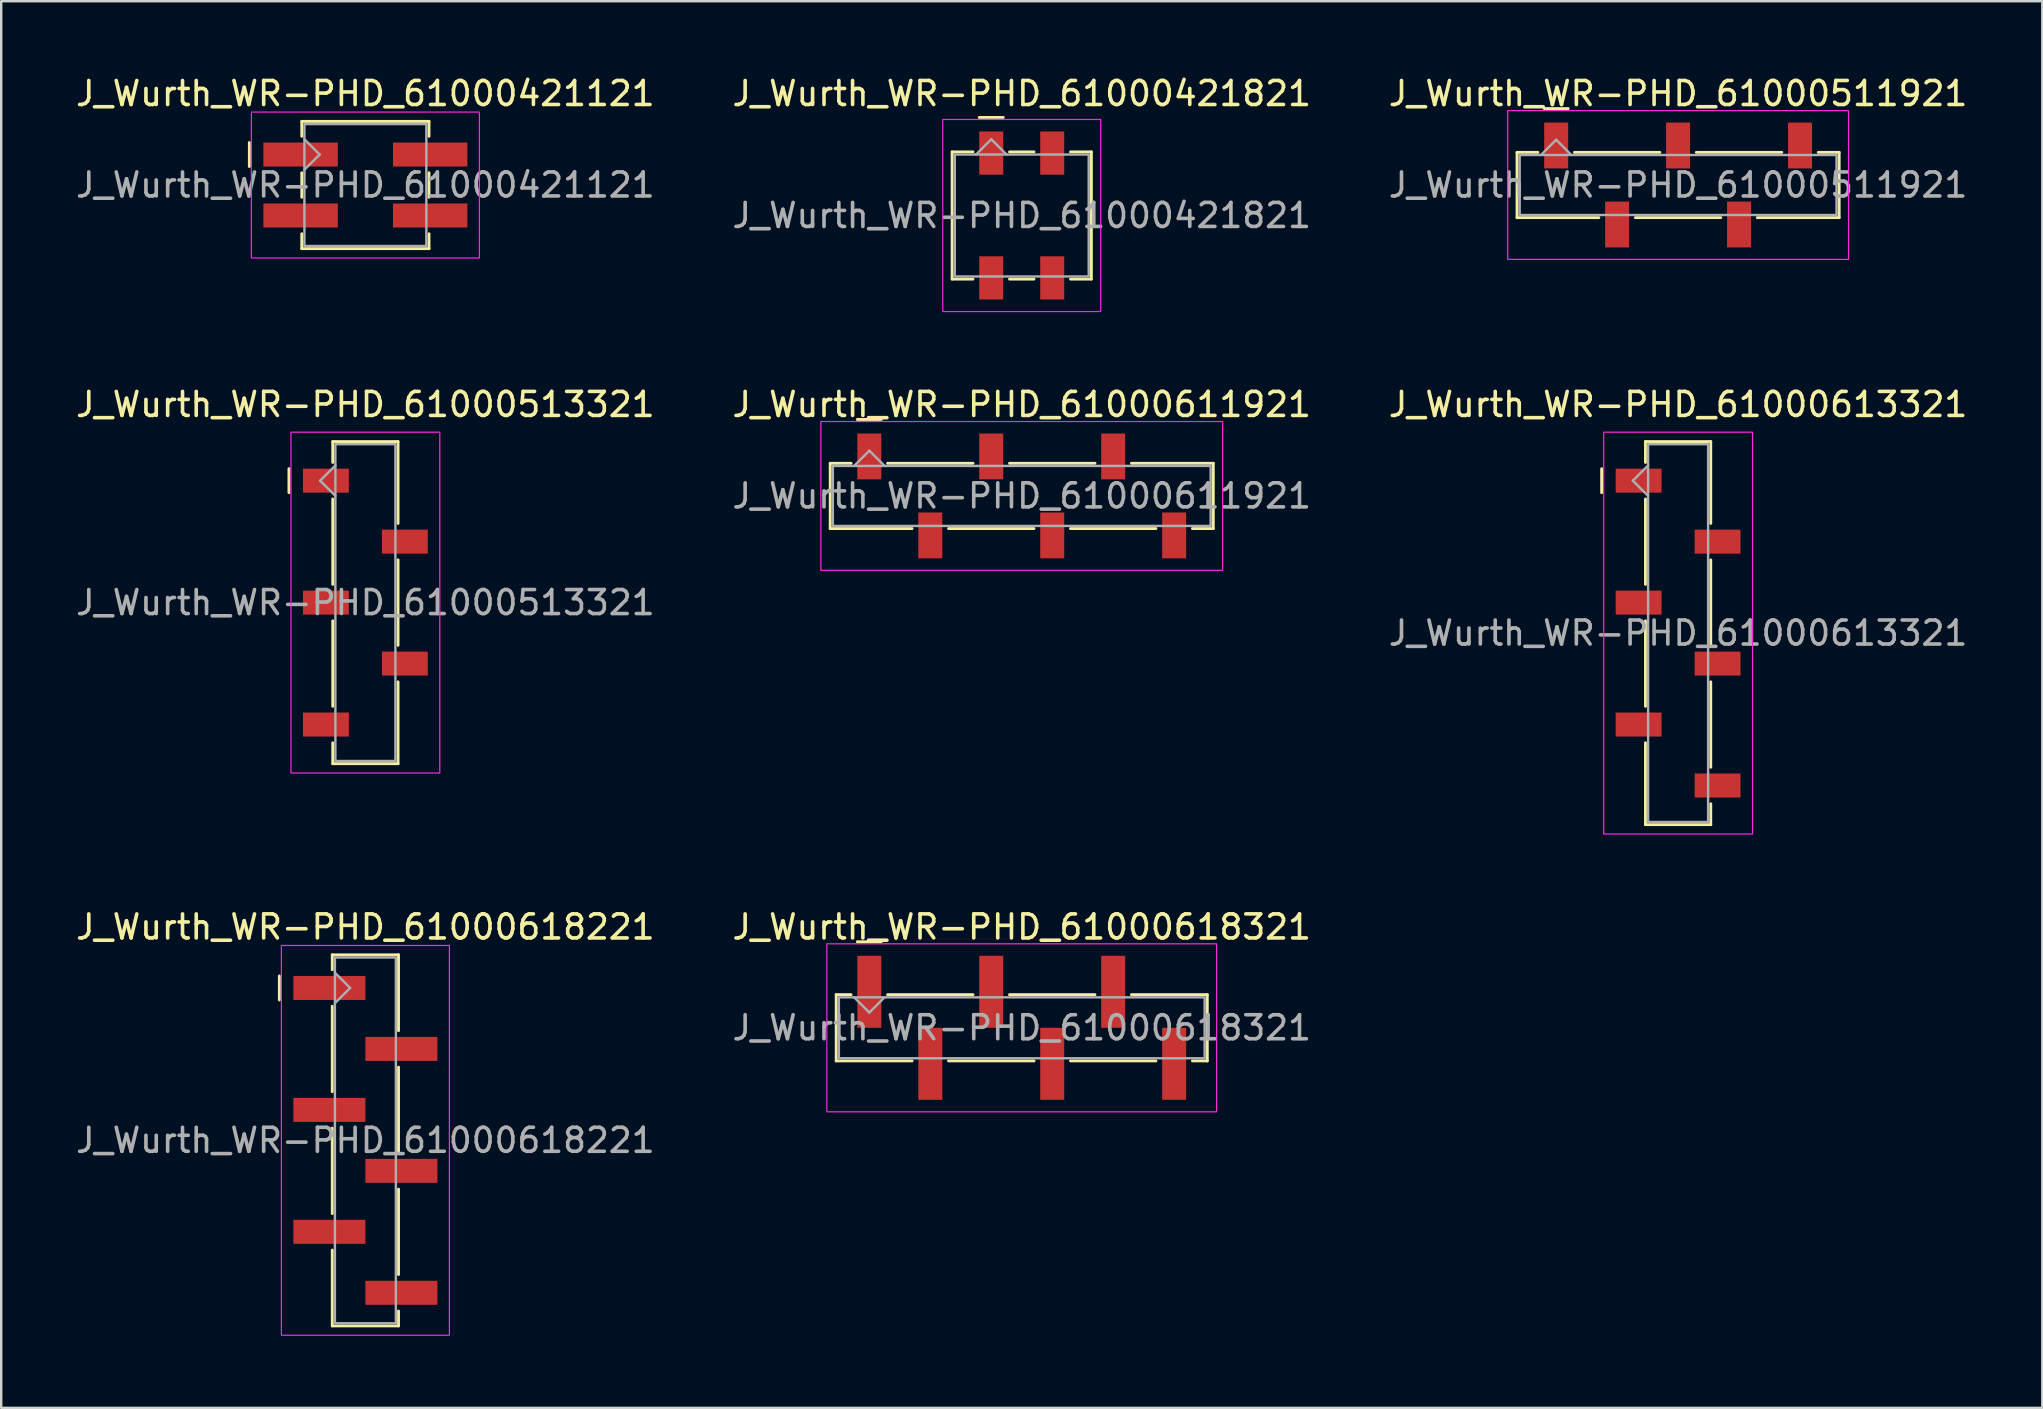
<source format=kicad_pcb>
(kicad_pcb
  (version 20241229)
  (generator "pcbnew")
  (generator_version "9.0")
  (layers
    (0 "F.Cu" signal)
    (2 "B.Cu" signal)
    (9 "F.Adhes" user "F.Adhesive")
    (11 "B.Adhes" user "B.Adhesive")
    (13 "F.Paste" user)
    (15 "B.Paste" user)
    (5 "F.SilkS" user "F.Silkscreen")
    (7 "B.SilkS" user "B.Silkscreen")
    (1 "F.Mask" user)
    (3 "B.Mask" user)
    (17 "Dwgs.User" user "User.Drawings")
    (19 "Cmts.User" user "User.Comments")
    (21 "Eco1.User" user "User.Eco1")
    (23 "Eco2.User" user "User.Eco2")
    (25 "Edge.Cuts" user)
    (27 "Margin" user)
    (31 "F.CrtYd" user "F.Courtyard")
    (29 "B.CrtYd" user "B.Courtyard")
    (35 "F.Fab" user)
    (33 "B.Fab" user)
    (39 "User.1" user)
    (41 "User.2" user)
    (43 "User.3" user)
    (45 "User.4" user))
  (footprint "J_Wurth_WR-PHD_61000618221"
    (layer "F.Cu")
    (at 12.173 44.46)
    (property "Reference" "J_Wurth_WR-PHD_61000618221" (at 0 -8.89 0) (unlocked yes) (layer "F.SilkS") (effects (font (size 1 1) (thickness 0.15))))
    (attr smd)
    (fp_line (start -3.585 -6.85) (end -3.585 -5.85) (stroke (width 0.12) (type solid)) (layer "F.SilkS"))
    (fp_line (start -1.38 -7.73) (end -1.38 -7.11) (stroke (width 0.12) (type solid)) (layer "F.SilkS"))
    (fp_line (start -1.38 -7.73) (end 1.38 -7.73) (stroke (width 0.12) (type solid)) (layer "F.SilkS"))
    (fp_line (start -1.38 -5.59) (end -1.38 -2.03) (stroke (width 0.12) (type solid)) (layer "F.SilkS"))
    (fp_line (start -1.38 -0.51) (end -1.38 3.05) (stroke (width 0.12) (type solid)) (layer "F.SilkS"))
    (fp_line (start -1.38 7.73) (end -1.38 4.57) (stroke (width 0.12) (type solid)) (layer "F.SilkS"))
    (fp_line (start -1.38 7.73) (end 1.38 7.73) (stroke (width 0.12) (type solid)) (layer "F.SilkS"))
    (fp_line (start 1.38 -7.73) (end 1.38 -4.57) (stroke (width 0.12) (type solid)) (layer "F.SilkS"))
    (fp_line (start 1.38 0.51) (end 1.38 -3.05) (stroke (width 0.12) (type solid)) (layer "F.SilkS"))
    (fp_line (start 1.38 2.03) (end 1.38 5.59) (stroke (width 0.12) (type solid)) (layer "F.SilkS"))
    (fp_line (start 1.38 7.73) (end 1.38 7.11) (stroke (width 0.12) (type solid)) (layer "F.SilkS"))
    (fp_rect (start -3.5 -8.12) (end 3.5 8.12) (stroke (width 0.05) (type solid)) (fill no) (layer "F.CrtYd"))
    (fp_line (start -1.27 -6.985) (end -0.635 -6.35) (stroke (width 0.1) (type default)) (layer "F.Fab"))
    (fp_line (start -0.635 -6.35) (end -1.27 -5.715) (stroke (width 0.1) (type default)) (layer "F.Fab"))
    (fp_rect (start -1.27 -7.62) (end 1.27 7.62) (stroke (width 0.1) (type solid)) (fill no) (layer "F.Fab"))
    (fp_text user "${REFERENCE}" (at 0 0 0) (unlocked yes) (layer "F.Fab") (effects (font (size 1 1) (thickness 0.15))))
    (pad "1" smd rect (at -1.5 -6.35 270) (size 1 3) (layers "F.Cu" "F.Mask" "F.Paste"))
    (pad "2" smd rect (at 1.5 -3.81 270) (size 1 3) (layers "F.Cu" "F.Mask" "F.Paste"))
    (pad "3" smd rect (at -1.5 -1.27 270) (size 1 3) (layers "F.Cu" "F.Mask" "F.Paste"))
    (pad "4" smd rect (at 1.5 1.27 270) (size 1 3) (layers "F.Cu" "F.Mask" "F.Paste"))
    (pad "5" smd rect (at -1.5 3.81 270) (size 1 3) (layers "F.Cu" "F.Mask" "F.Paste"))
    (pad "6" smd rect (at 1.5 6.35 270) (size 1 3) (layers "F.Cu" "F.Mask" "F.Paste")))
  (footprint "J_Wurth_WR-PHD_61000513321"
    (layer "F.Cu")
    (at 12.173 22.056)
    (property "Reference" "J_Wurth_WR-PHD_61000513321" (at 0 -8.255 0) (unlocked yes) (layer "F.SilkS") (effects (font (size 1 1) (thickness 0.15))))
    (attr smd)
    (fp_line (start -3.185 -5.58) (end -3.185 -4.58) (stroke (width 0.12) (type solid)) (layer "F.SilkS"))
    (fp_line (start -1.36 -6.71) (end -1.36 -5.84) (stroke (width 0.12) (type solid)) (layer "F.SilkS"))
    (fp_line (start -1.36 -6.71) (end 1.36 -6.71) (stroke (width 0.12) (type solid)) (layer "F.SilkS"))
    (fp_line (start -1.36 -4.32) (end -1.36 -0.76) (stroke (width 0.12) (type solid)) (layer "F.SilkS"))
    (fp_line (start -1.36 0.76) (end -1.36 4.32) (stroke (width 0.12) (type solid)) (layer "F.SilkS"))
    (fp_line (start -1.36 6.71) (end -1.36 5.84) (stroke (width 0.12) (type solid)) (layer "F.SilkS"))
    (fp_line (start -1.36 6.71) (end 1.36 6.71) (stroke (width 0.12) (type solid)) (layer "F.SilkS"))
    (fp_line (start 1.36 -6.71) (end 1.36 -3.3) (stroke (width 0.12) (type solid)) (layer "F.SilkS"))
    (fp_line (start 1.36 -1.78) (end 1.36 1.78) (stroke (width 0.12) (type solid)) (layer "F.SilkS"))
    (fp_line (start 1.36 3.3) (end 1.36 6.71) (stroke (width 0.12) (type solid)) (layer "F.SilkS"))
    (fp_rect (start -3.1 -7.1) (end 3.1 7.1) (stroke (width 0.05) (type solid)) (fill no) (layer "F.CrtYd"))
    (fp_line (start -1.885 -5.08) (end -1.25 -4.445) (stroke (width 0.1) (type default)) (layer "F.Fab"))
    (fp_line (start -1.25 -5.715) (end -1.885 -5.08) (stroke (width 0.1) (type default)) (layer "F.Fab"))
    (fp_rect (start -1.25 -6.6) (end 1.25 6.6) (stroke (width 0.1) (type solid)) (fill no) (layer "F.Fab"))
    (fp_text user "${REFERENCE}" (at 0 0 0) (unlocked yes) (layer "F.Fab") (effects (font (size 1 1) (thickness 0.15))))
    (pad "1" smd rect (at -1.645 -5.08 270) (size 1 1.91) (layers "F.Cu" "F.Mask" "F.Paste"))
    (pad "2" smd rect (at 1.645 -2.54 270) (size 1 1.91) (layers "F.Cu" "F.Mask" "F.Paste"))
    (pad "3" smd rect (at -1.645 0 270) (size 1 1.91) (layers "F.Cu" "F.Mask" "F.Paste"))
    (pad "4" smd rect (at 1.645 2.54 270) (size 1 1.91) (layers "F.Cu" "F.Mask" "F.Paste"))
    (pad "5" smd rect (at -1.645 5.08 270) (size 1 1.91) (layers "F.Cu" "F.Mask" "F.Paste")))
  (footprint "J_Wurth_WR-PHD_61000511921"
    (layer "F.Cu")
    (at 66.863 4.658)
    (property "Reference" "J_Wurth_WR-PHD_61000511921" (at 0 -3.81 0) (unlocked yes) (layer "F.SilkS") (effects (font (size 1 1) (thickness 0.15))))
    (attr smd)
    (fp_line (start -6.71 -1.36) (end -6.71 1.36) (stroke (width 0.12) (type solid)) (layer "F.SilkS"))
    (fp_line (start -6.71 -1.36) (end -5.84 -1.36) (stroke (width 0.12) (type solid)) (layer "F.SilkS"))
    (fp_line (start -6.71 1.36) (end -3.3 1.36) (stroke (width 0.12) (type solid)) (layer "F.SilkS"))
    (fp_line (start -5.58 -3.185) (end -4.58 -3.185) (stroke (width 0.12) (type solid)) (layer "F.SilkS"))
    (fp_line (start -4.32 -1.36) (end -0.76 -1.36) (stroke (width 0.12) (type solid)) (layer "F.SilkS"))
    (fp_line (start -1.78 1.36) (end 1.78 1.36) (stroke (width 0.12) (type solid)) (layer "F.SilkS"))
    (fp_line (start 0.76 -1.36) (end 4.32 -1.36) (stroke (width 0.12) (type solid)) (layer "F.SilkS"))
    (fp_line (start 3.3 1.36) (end 6.71 1.36) (stroke (width 0.12) (type solid)) (layer "F.SilkS"))
    (fp_line (start 6.71 -1.36) (end 5.84 -1.36) (stroke (width 0.12) (type solid)) (layer "F.SilkS"))
    (fp_line (start 6.71 -1.36) (end 6.71 1.36) (stroke (width 0.12) (type solid)) (layer "F.SilkS"))
    (fp_rect (start -7.1 -3.1) (end 7.1 3.1) (stroke (width 0.05) (type solid)) (fill no) (layer "F.CrtYd"))
    (fp_line (start -5.715 -1.25) (end -5.08 -1.885) (stroke (width 0.1) (type default)) (layer "F.Fab"))
    (fp_line (start -5.08 -1.885) (end -4.445 -1.25) (stroke (width 0.1) (type default)) (layer "F.Fab"))
    (fp_rect (start -6.6 -1.25) (end 6.6 1.25) (stroke (width 0.1) (type solid)) (fill no) (layer "F.Fab"))
    (fp_text user "${REFERENCE}" (at 0 0 0) (unlocked yes) (layer "F.Fab") (effects (font (size 1 1) (thickness 0.15))))
    (pad "1" smd rect (at -5.08 -1.645) (size 1 1.91) (layers "F.Cu" "F.Mask" "F.Paste"))
    (pad "2" smd rect (at -2.54 1.645) (size 1 1.91) (layers "F.Cu" "F.Mask" "F.Paste"))
    (pad "3" smd rect (at 0 -1.645) (size 1 1.91) (layers "F.Cu" "F.Mask" "F.Paste"))
    (pad "4" smd rect (at 2.54 1.645) (size 1 1.91) (layers "F.Cu" "F.Mask" "F.Paste"))
    (pad "5" smd rect (at 5.08 -1.645) (size 1 1.91) (layers "F.Cu" "F.Mask" "F.Paste")))
  (footprint "J_Wurth_WR-PHD_61000421821"
    (layer "F.Cu")
    (at 39.518 5.928)
    (property "Reference" "J_Wurth_WR-PHD_61000421821" (at 0 -5.08 0) (unlocked yes) (layer "F.SilkS") (effects (font (size 1 1) (thickness 0.15))))
    (attr smd)
    (fp_line (start -2.9 -2.65) (end -2.9 2.65) (stroke (width 0.12) (type solid)) (layer "F.SilkS"))
    (fp_line (start -2.9 -2.65) (end -2.03 -2.65) (stroke (width 0.12) (type solid)) (layer "F.SilkS"))
    (fp_line (start -2.9 2.65) (end -2.03 2.65) (stroke (width 0.12) (type solid)) (layer "F.SilkS"))
    (fp_line (start -1.77 -4.085) (end -0.77 -4.085) (stroke (width 0.12) (type solid)) (layer "F.SilkS"))
    (fp_line (start -0.51 -2.65) (end 0.51 -2.65) (stroke (width 0.12) (type solid)) (layer "F.SilkS"))
    (fp_line (start -0.51 2.65) (end 0.51 2.65) (stroke (width 0.12) (type solid)) (layer "F.SilkS"))
    (fp_line (start 2.03 -2.65) (end 2.9 -2.65) (stroke (width 0.12) (type solid)) (layer "F.SilkS"))
    (fp_line (start 2.03 2.65) (end 2.9 2.65) (stroke (width 0.12) (type solid)) (layer "F.SilkS"))
    (fp_line (start 2.9 -2.65) (end 2.9 2.65) (stroke (width 0.12) (type solid)) (layer "F.SilkS"))
    (fp_rect (start -3.29 -4) (end 3.29 4) (stroke (width 0.05) (type solid)) (fill no) (layer "F.CrtYd"))
    (fp_line (start -1.905 -2.54) (end -1.27 -3.175) (stroke (width 0.1) (type default)) (layer "F.Fab"))
    (fp_line (start -1.27 -3.175) (end -0.635 -2.54) (stroke (width 0.1) (type default)) (layer "F.Fab"))
    (fp_rect (start -2.79 -2.54) (end 2.79 2.54) (stroke (width 0.1) (type solid)) (fill no) (layer "F.Fab"))
    (fp_text user "${REFERENCE}" (at 0 0 0) (unlocked yes) (layer "F.Fab") (effects (font (size 1 1) (thickness 0.15))))
    (pad "1" smd rect (at -1.27 -2.6) (size 1 1.8) (layers "F.Cu" "F.Mask" "F.Paste"))
    (pad "2" smd rect (at -1.27 2.6) (size 1 1.8) (layers "F.Cu" "F.Mask" "F.Paste"))
    (pad "3" smd rect (at 1.27 -2.6) (size 1 1.8) (layers "F.Cu" "F.Mask" "F.Paste"))
    (pad "4" smd rect (at 1.27 2.6) (size 1 1.8) (layers "F.Cu" "F.Mask" "F.Paste")))
  (footprint "J_Wurth_WR-PHD_61000613321"
    (layer "F.Cu")
    (at 66.863 23.326)
    (property "Reference" "J_Wurth_WR-PHD_61000613321" (at 0 -9.525 0) (unlocked yes) (layer "F.SilkS") (effects (font (size 1 1) (thickness 0.15))))
    (attr smd)
    (fp_line (start -3.185 -6.85) (end -3.185 -5.85) (stroke (width 0.12) (type solid)) (layer "F.SilkS"))
    (fp_line (start -1.36 -7.98) (end -1.36 -7.11) (stroke (width 0.12) (type solid)) (layer "F.SilkS"))
    (fp_line (start -1.36 -7.98) (end 1.36 -7.98) (stroke (width 0.12) (type solid)) (layer "F.SilkS"))
    (fp_line (start -1.36 -5.59) (end -1.36 -2.03) (stroke (width 0.12) (type solid)) (layer "F.SilkS"))
    (fp_line (start -1.36 -0.51) (end -1.36 3.05) (stroke (width 0.12) (type solid)) (layer "F.SilkS"))
    (fp_line (start -1.36 4.57) (end -1.36 7.98) (stroke (width 0.12) (type solid)) (layer "F.SilkS"))
    (fp_line (start -1.36 7.98) (end 1.36 7.98) (stroke (width 0.12) (type solid)) (layer "F.SilkS"))
    (fp_line (start 1.36 -7.98) (end 1.36 -4.57) (stroke (width 0.12) (type solid)) (layer "F.SilkS"))
    (fp_line (start 1.36 -3.05) (end 1.36 0.51) (stroke (width 0.12) (type solid)) (layer "F.SilkS"))
    (fp_line (start 1.36 2.03) (end 1.36 5.59) (stroke (width 0.12) (type solid)) (layer "F.SilkS"))
    (fp_line (start 1.36 7.11) (end 1.36 7.98) (stroke (width 0.12) (type solid)) (layer "F.SilkS"))
    (fp_rect (start -3.1 -8.37) (end 3.1 8.37) (stroke (width 0.05) (type solid)) (fill no) (layer "F.CrtYd"))
    (fp_line (start -1.885 -6.35) (end -1.25 -5.715) (stroke (width 0.1) (type default)) (layer "F.Fab"))
    (fp_line (start -1.25 -6.985) (end -1.885 -6.35) (stroke (width 0.1) (type default)) (layer "F.Fab"))
    (fp_rect (start -1.25 -7.87) (end 1.25 7.87) (stroke (width 0.1) (type solid)) (fill no) (layer "F.Fab"))
    (fp_text user "${REFERENCE}" (at 0 0 0) (unlocked yes) (layer "F.Fab") (effects (font (size 1 1) (thickness 0.15))))
    (pad "1" smd rect (at -1.645 -6.35 270) (size 1 1.91) (layers "F.Cu" "F.Mask" "F.Paste"))
    (pad "2" smd rect (at 1.645 -3.81 270) (size 1 1.91) (layers "F.Cu" "F.Mask" "F.Paste"))
    (pad "3" smd rect (at -1.645 -1.27 270) (size 1 1.91) (layers "F.Cu" "F.Mask" "F.Paste"))
    (pad "4" smd rect (at 1.645 1.27 270) (size 1 1.91) (layers "F.Cu" "F.Mask" "F.Paste"))
    (pad "5" smd rect (at -1.645 3.81 270) (size 1 1.91) (layers "F.Cu" "F.Mask" "F.Paste"))
    (pad "6" smd rect (at 1.645 6.35 270) (size 1 1.91) (layers "F.Cu" "F.Mask" "F.Paste")))
  (footprint "J_Wurth_WR-PHD_61000618321"
    (layer "F.Cu")
    (at 39.518 39.77)
    (property "Reference" "J_Wurth_WR-PHD_61000618321" (at 0 -4.2 0) (unlocked yes) (layer "F.SilkS") (effects (font (size 1 1) (thickness 0.15))))
    (attr smd)
    (fp_line (start -7.73 -1.38) (end -7.73 1.38) (stroke (width 0.12) (type solid)) (layer "F.SilkS"))
    (fp_line (start -7.73 -1.38) (end -7.11 -1.38) (stroke (width 0.12) (type solid)) (layer "F.SilkS"))
    (fp_line (start -7.73 1.38) (end -4.57 1.38) (stroke (width 0.12) (type solid)) (layer "F.SilkS"))
    (fp_line (start -6.85 -3.585) (end -5.85 -3.585) (stroke (width 0.12) (type solid)) (layer "F.SilkS"))
    (fp_line (start -5.59 -1.38) (end -2.03 -1.38) (stroke (width 0.12) (type solid)) (layer "F.SilkS"))
    (fp_line (start -0.51 -1.38) (end 3.05 -1.38) (stroke (width 0.12) (type solid)) (layer "F.SilkS"))
    (fp_line (start 0.51 1.38) (end -3.05 1.38) (stroke (width 0.12) (type solid)) (layer "F.SilkS"))
    (fp_line (start 2.03 1.38) (end 5.59 1.38) (stroke (width 0.12) (type solid)) (layer "F.SilkS"))
    (fp_line (start 7.73 -1.38) (end 4.57 -1.38) (stroke (width 0.12) (type solid)) (layer "F.SilkS"))
    (fp_line (start 7.73 -1.38) (end 7.73 1.38) (stroke (width 0.12) (type solid)) (layer "F.SilkS"))
    (fp_line (start 7.73 1.38) (end 7.11 1.38) (stroke (width 0.12) (type solid)) (layer "F.SilkS"))
    (fp_rect (start -8.12 -3.5) (end 8.12 3.5) (stroke (width 0.05) (type solid)) (fill no) (layer "F.CrtYd"))
    (fp_line (start -6.985 -1.27) (end -6.35 -0.635) (stroke (width 0.1) (type default)) (layer "F.Fab"))
    (fp_line (start -6.35 -0.635) (end -5.715 -1.27) (stroke (width 0.1) (type default)) (layer "F.Fab"))
    (fp_rect (start -7.62 -1.27) (end 7.62 1.27) (stroke (width 0.1) (type solid)) (fill no) (layer "F.Fab"))
    (fp_text user "${REFERENCE}" (at 0 0 0) (unlocked yes) (layer "F.Fab") (effects (font (size 1 1) (thickness 0.15))))
    (pad "1" smd rect (at -6.35 -1.5) (size 1 3) (layers "F.Cu" "F.Mask" "F.Paste"))
    (pad "2" smd rect (at -3.81 1.5) (size 1 3) (layers "F.Cu" "F.Mask" "F.Paste"))
    (pad "3" smd rect (at -1.27 -1.5) (size 1 3) (layers "F.Cu" "F.Mask" "F.Paste"))
    (pad "4" smd rect (at 1.27 1.5) (size 1 3) (layers "F.Cu" "F.Mask" "F.Paste"))
    (pad "5" smd rect (at 3.81 -1.5) (size 1 3) (layers "F.Cu" "F.Mask" "F.Paste"))
    (pad "6" smd rect (at 6.35 1.5) (size 1 3) (layers "F.Cu" "F.Mask" "F.Paste")))
  (footprint "J_Wurth_WR-PHD_61000421121"
    (layer "F.Cu")
    (at 12.173 4.658)
    (property "Reference" "J_Wurth_WR-PHD_61000421121" (at 0 -3.81 0) (unlocked yes) (layer "F.SilkS") (effects (font (size 1 1) (thickness 0.15))))
    (attr smd)
    (fp_line (start -4.835 -1.77) (end -4.835 -0.77) (stroke (width 0.12) (type solid)) (layer "F.SilkS"))
    (fp_line (start -2.65 -2.03) (end -2.65 -2.65) (stroke (width 0.12) (type solid)) (layer "F.SilkS"))
    (fp_line (start -2.65 -0.51) (end -2.65 0.51) (stroke (width 0.12) (type solid)) (layer "F.SilkS"))
    (fp_line (start -2.65 2.03) (end -2.65 2.65) (stroke (width 0.12) (type solid)) (layer "F.SilkS"))
    (fp_line (start 2.65 -2.65) (end -2.65 -2.65) (stroke (width 0.12) (type solid)) (layer "F.SilkS"))
    (fp_line (start 2.65 -2.65) (end 2.65 -2.03) (stroke (width 0.12) (type solid)) (layer "F.SilkS"))
    (fp_line (start 2.65 -0.51) (end 2.65 0.51) (stroke (width 0.12) (type solid)) (layer "F.SilkS"))
    (fp_line (start 2.65 2.03) (end 2.65 2.65) (stroke (width 0.12) (type solid)) (layer "F.SilkS"))
    (fp_line (start 2.65 2.65) (end -2.65 2.65) (stroke (width 0.12) (type solid)) (layer "F.SilkS"))
    (fp_rect (start -4.75 -3.04) (end 4.75 3.04) (stroke (width 0.05) (type solid)) (fill no) (layer "F.CrtYd"))
    (fp_line (start -2.54 -1.905) (end -1.905 -1.27) (stroke (width 0.1) (type default)) (layer "F.Fab"))
    (fp_line (start -1.905 -1.27) (end -2.54 -0.635) (stroke (width 0.1) (type default)) (layer "F.Fab"))
    (fp_rect (start -2.54 -2.54) (end 2.54 2.54) (stroke (width 0.1) (type solid)) (fill no) (layer "F.Fab"))
    (fp_text user "${REFERENCE}" (at 0 0 0) (unlocked yes) (layer "F.Fab") (effects (font (size 1 1) (thickness 0.15))))
    (pad "1" smd rect (at -2.7 -1.27 270) (size 1 3.1) (layers "F.Cu" "F.Mask" "F.Paste"))
    (pad "2" smd rect (at 2.7 -1.27 270) (size 1 3.1) (layers "F.Cu" "F.Mask" "F.Paste"))
    (pad "3" smd rect (at -2.7 1.27 270) (size 1 3.1) (layers "F.Cu" "F.Mask" "F.Paste"))
    (pad "4" smd rect (at 2.7 1.27 270) (size 1 3.1) (layers "F.Cu" "F.Mask" "F.Paste")))
  (footprint "J_Wurth_WR-PHD_61000611921"
    (layer "F.Cu")
    (at 39.518 17.611)
    (property "Reference" "J_Wurth_WR-PHD_61000611921" (at 0 -3.81 0) (unlocked yes) (layer "F.SilkS") (effects (font (size 1 1) (thickness 0.15))))
    (attr smd)
    (fp_line (start -7.98 -1.36) (end -7.98 1.36) (stroke (width 0.12) (type solid)) (layer "F.SilkS"))
    (fp_line (start -7.98 -1.36) (end -7.11 -1.36) (stroke (width 0.12) (type solid)) (layer "F.SilkS"))
    (fp_line (start -7.98 1.36) (end -4.57 1.36) (stroke (width 0.12) (type solid)) (layer "F.SilkS"))
    (fp_line (start -6.85 -3.185) (end -5.85 -3.185) (stroke (width 0.12) (type solid)) (layer "F.SilkS"))
    (fp_line (start -5.59 -1.36) (end -2.03 -1.36) (stroke (width 0.12) (type solid)) (layer "F.SilkS"))
    (fp_line (start -3.05 1.36) (end 0.51 1.36) (stroke (width 0.12) (type solid)) (layer "F.SilkS"))
    (fp_line (start -0.51 -1.36) (end 3.05 -1.36) (stroke (width 0.12) (type solid)) (layer "F.SilkS"))
    (fp_line (start 2.03 1.36) (end 5.59 1.36) (stroke (width 0.12) (type solid)) (layer "F.SilkS"))
    (fp_line (start 4.57 -1.36) (end 7.98 -1.36) (stroke (width 0.12) (type solid)) (layer "F.SilkS"))
    (fp_line (start 7.11 1.36) (end 7.98 1.36) (stroke (width 0.12) (type solid)) (layer "F.SilkS"))
    (fp_line (start 7.98 -1.36) (end 7.98 1.36) (stroke (width 0.12) (type solid)) (layer "F.SilkS"))
    (fp_rect (start -8.37 -3.1) (end 8.37 3.1) (stroke (width 0.05) (type solid)) (fill no) (layer "F.CrtYd"))
    (fp_line (start -6.985 -1.25) (end -6.35 -1.885) (stroke (width 0.1) (type default)) (layer "F.Fab"))
    (fp_line (start -6.35 -1.885) (end -5.715 -1.25) (stroke (width 0.1) (type default)) (layer "F.Fab"))
    (fp_rect (start -7.87 -1.25) (end 7.87 1.25) (stroke (width 0.1) (type solid)) (fill no) (layer "F.Fab"))
    (fp_text user "${REFERENCE}" (at 0 0 0) (unlocked yes) (layer "F.Fab") (effects (font (size 1 1) (thickness 0.15))))
    (pad "1" smd rect (at -6.35 -1.645) (size 1 1.91) (layers "F.Cu" "F.Mask" "F.Paste"))
    (pad "2" smd rect (at -3.81 1.645) (size 1 1.91) (layers "F.Cu" "F.Mask" "F.Paste"))
    (pad "3" smd rect (at -1.27 -1.645) (size 1 1.91) (layers "F.Cu" "F.Mask" "F.Paste"))
    (pad "4" smd rect (at 1.27 1.645) (size 1 1.91) (layers "F.Cu" "F.Mask" "F.Paste"))
    (pad "5" smd rect (at 3.81 -1.645) (size 1 1.91) (layers "F.Cu" "F.Mask" "F.Paste"))
    (pad "6" smd rect (at 6.35 1.645) (size 1 1.91) (layers "F.Cu" "F.Mask" "F.Paste")))
  (gr_rect
    (start -3 -3)
    (end 82.036 55.605)
    (stroke (width 0.1) (type default))
    (fill no)
    (layer "Edge.Cuts")))
</source>
